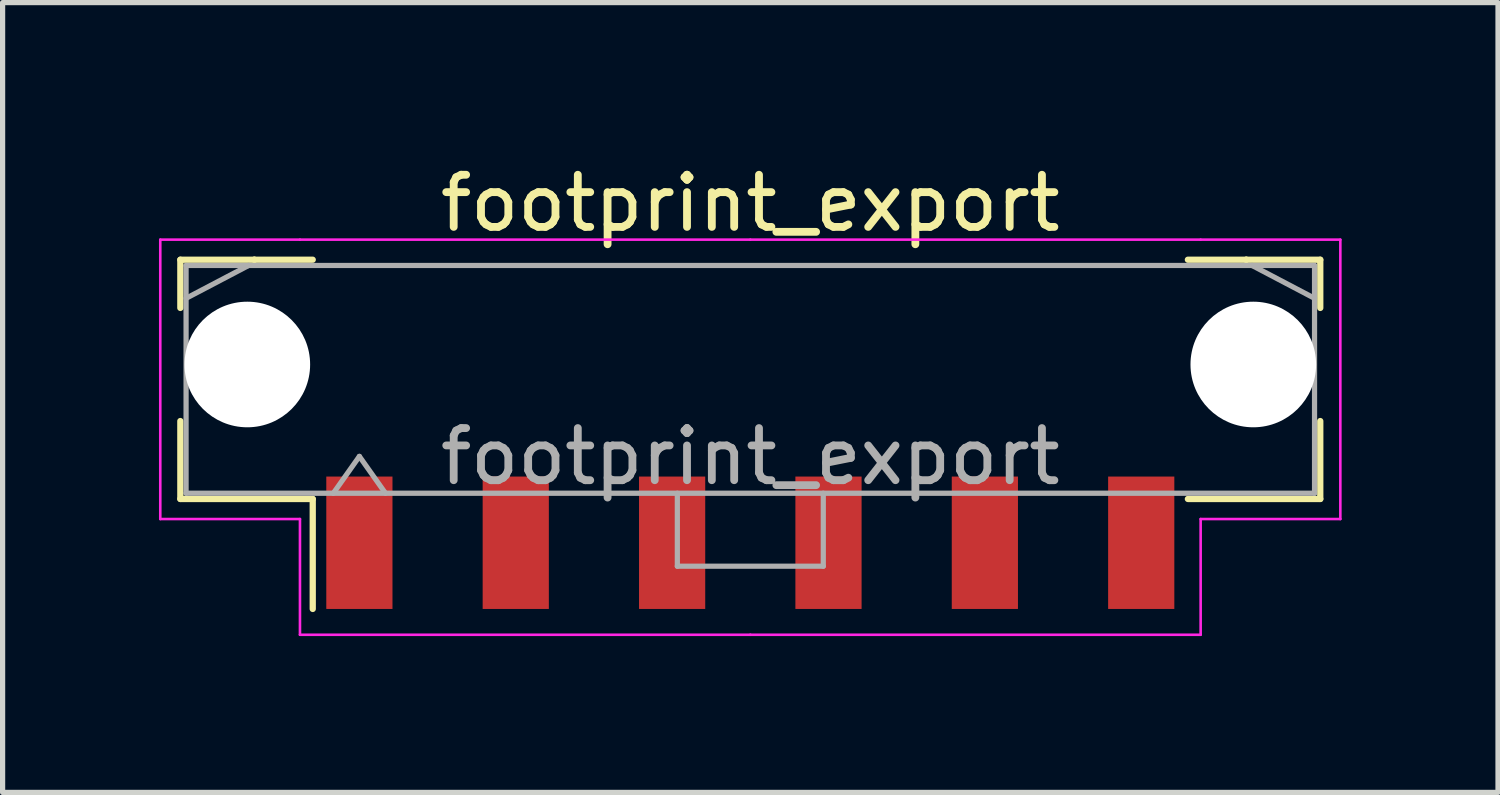
<source format=kicad_pcb>
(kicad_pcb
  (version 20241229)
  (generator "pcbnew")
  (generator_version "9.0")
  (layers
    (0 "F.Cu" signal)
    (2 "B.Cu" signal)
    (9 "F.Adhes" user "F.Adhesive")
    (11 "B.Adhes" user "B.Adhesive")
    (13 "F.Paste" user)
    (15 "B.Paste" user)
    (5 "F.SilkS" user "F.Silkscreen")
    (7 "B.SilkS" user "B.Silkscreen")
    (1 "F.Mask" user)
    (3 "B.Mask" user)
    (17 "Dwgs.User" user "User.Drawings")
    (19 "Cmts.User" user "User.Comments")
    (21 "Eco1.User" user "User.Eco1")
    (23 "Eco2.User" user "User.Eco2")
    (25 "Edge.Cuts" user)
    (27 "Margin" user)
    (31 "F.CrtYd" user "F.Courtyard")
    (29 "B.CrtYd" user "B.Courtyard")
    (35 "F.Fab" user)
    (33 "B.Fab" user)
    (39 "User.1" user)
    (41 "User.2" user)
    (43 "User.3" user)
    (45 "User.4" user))
  (footprint "footprint_export"
    (layer "F.Cu")
    (at 11.345 4.228)
    (property "Reference" "footprint_export" (at 0 -3.38 0) (layer "F.SilkS") (effects (font (size 1 1) (thickness 0.15))))
    (attr smd)
    (fp_line (start -10.935 -2.295) (end -9.515 -2.295) (stroke (width 0.12) (type solid)) (layer "F.SilkS"))
    (fp_line (start -10.935 -1.37) (end -10.935 -2.295) (stroke (width 0.12) (type solid)) (layer "F.SilkS"))
    (fp_line (start -10.935 0.8) (end -10.935 2.295) (stroke (width 0.12) (type solid)) (layer "F.SilkS"))
    (fp_line (start -10.935 2.295) (end -8.395 2.295) (stroke (width 0.12) (type solid)) (layer "F.SilkS"))
    (fp_line (start -9.515 -2.295) (end -9.515 -2.295) (stroke (width 0.12) (type solid)) (layer "F.SilkS"))
    (fp_line (start -9.515 -2.295) (end -8.395 -2.295) (stroke (width 0.12) (type solid)) (layer "F.SilkS"))
    (fp_line (start -8.395 2.295) (end -8.395 4.405) (stroke (width 0.12) (type solid)) (layer "F.SilkS"))
    (fp_line (start 9.515 -2.295) (end 8.395 -2.295) (stroke (width 0.12) (type solid)) (layer "F.SilkS"))
    (fp_line (start 9.515 -2.295) (end 9.515 -2.295) (stroke (width 0.12) (type solid)) (layer "F.SilkS"))
    (fp_line (start 10.935 -2.295) (end 9.515 -2.295) (stroke (width 0.12) (type solid)) (layer "F.SilkS"))
    (fp_line (start 10.935 -1.37) (end 10.935 -2.295) (stroke (width 0.12) (type solid)) (layer "F.SilkS"))
    (fp_line (start 10.935 0.8) (end 10.935 2.295) (stroke (width 0.12) (type solid)) (layer "F.SilkS"))
    (fp_line (start 10.935 2.295) (end 8.395 2.295) (stroke (width 0.12) (type solid)) (layer "F.SilkS"))
    (fp_line (start -11.32 -2.68) (end -11.32 2.68) (stroke (width 0.05) (type solid)) (layer "F.CrtYd"))
    (fp_line (start -11.32 2.68) (end -8.64 2.68) (stroke (width 0.05) (type solid)) (layer "F.CrtYd"))
    (fp_line (start -8.64 -2.68) (end -11.32 -2.68) (stroke (width 0.05) (type solid)) (layer "F.CrtYd"))
    (fp_line (start -8.64 2.68) (end -8.64 4.9) (stroke (width 0.05) (type solid)) (layer "F.CrtYd"))
    (fp_line (start -8.64 4.9) (end 0 4.9) (stroke (width 0.05) (type solid)) (layer "F.CrtYd"))
    (fp_line (start 0 -2.68) (end -8.64 -2.68) (stroke (width 0.05) (type solid)) (layer "F.CrtYd"))
    (fp_line (start 0 -2.68) (end 8.64 -2.68) (stroke (width 0.05) (type solid)) (layer "F.CrtYd"))
    (fp_line (start 8.64 -2.68) (end 11.32 -2.68) (stroke (width 0.05) (type solid)) (layer "F.CrtYd"))
    (fp_line (start 8.64 2.68) (end 8.64 4.9) (stroke (width 0.05) (type solid)) (layer "F.CrtYd"))
    (fp_line (start 8.64 4.9) (end 0 4.9) (stroke (width 0.05) (type solid)) (layer "F.CrtYd"))
    (fp_line (start 11.32 -2.68) (end 11.32 2.68) (stroke (width 0.05) (type solid)) (layer "F.CrtYd"))
    (fp_line (start 11.32 2.68) (end 8.64 2.68) (stroke (width 0.05) (type solid)) (layer "F.CrtYd"))
    (fp_line (start -10.825 -2.185) (end -10.825 2.185) (stroke (width 0.1) (type solid)) (layer "F.Fab"))
    (fp_line (start -10.825 -1.555) (end -9.625 -2.185) (stroke (width 0.1) (type solid)) (layer "F.Fab"))
    (fp_line (start -10.825 2.185) (end 10.825 2.185) (stroke (width 0.1) (type solid)) (layer "F.Fab"))
    (fp_line (start -9.625 -2.185) (end -10.825 -2.185) (stroke (width 0.1) (type solid)) (layer "F.Fab"))
    (fp_line (start -9.625 -2.185) (end -9.625 -2.185) (stroke (width 0.1) (type solid)) (layer "F.Fab"))
    (fp_line (start -8 2.185) (end -7.5 1.478) (stroke (width 0.1) (type solid)) (layer "F.Fab"))
    (fp_line (start -7.5 1.478) (end -7 2.185) (stroke (width 0.1) (type solid)) (layer "F.Fab"))
    (fp_line (start -1.4 2.185) (end -1.4 3.585) (stroke (width 0.1) (type solid)) (layer "F.Fab"))
    (fp_line (start -1.4 3.585) (end 1.4 3.585) (stroke (width 0.1) (type solid)) (layer "F.Fab"))
    (fp_line (start 1.4 3.585) (end 1.4 2.185) (stroke (width 0.1) (type solid)) (layer "F.Fab"))
    (fp_line (start 9.625 -2.185) (end -9.625 -2.185) (stroke (width 0.1) (type solid)) (layer "F.Fab"))
    (fp_line (start 9.625 -2.185) (end 9.625 -2.185) (stroke (width 0.1) (type solid)) (layer "F.Fab"))
    (fp_line (start 10.825 -2.185) (end 9.625 -2.185) (stroke (width 0.1) (type solid)) (layer "F.Fab"))
    (fp_line (start 10.825 -1.555) (end 9.625 -2.185) (stroke (width 0.1) (type solid)) (layer "F.Fab"))
    (fp_line (start 10.825 2.185) (end 10.825 -2.185) (stroke (width 0.1) (type solid)) (layer "F.Fab"))
    (fp_text user "${REFERENCE}" (at 0 1.48 0) (layer "F.Fab") (effects (font (size 1 1) (thickness 0.15))))
    (pad "" np_thru_hole circle (at -9.65 -0.285) (size 2.41 2.41) (drill 2.41) (layers "*.Cu" "*.Mask"))
    (pad "" np_thru_hole circle (at 9.65 -0.285) (size 2.41 2.41) (drill 2.41) (layers "*.Cu" "*.Mask"))
    (pad "1" smd rect (at -7.5 3.135) (size 1.27 2.54) (layers "F.Cu" "F.Mask" "F.Paste"))
    (pad "2" smd rect (at -4.5 3.135) (size 1.27 2.54) (layers "F.Cu" "F.Mask" "F.Paste"))
    (pad "3" smd rect (at -1.5 3.135) (size 1.27 2.54) (layers "F.Cu" "F.Mask" "F.Paste"))
    (pad "4" smd rect (at 1.5 3.135) (size 1.27 2.54) (layers "F.Cu" "F.Mask" "F.Paste"))
    (pad "5" smd rect (at 4.5 3.135) (size 1.27 2.54) (layers "F.Cu" "F.Mask" "F.Paste"))
    (pad "6" smd rect (at 7.5 3.135) (size 1.27 2.54) (layers "F.Cu" "F.Mask" "F.Paste")))
  (gr_rect
    (start -3 -3)
    (end 25.69 12.153)
    (stroke (width 0.1) (type default))
    (fill no)
    (layer "Edge.Cuts")))
</source>
